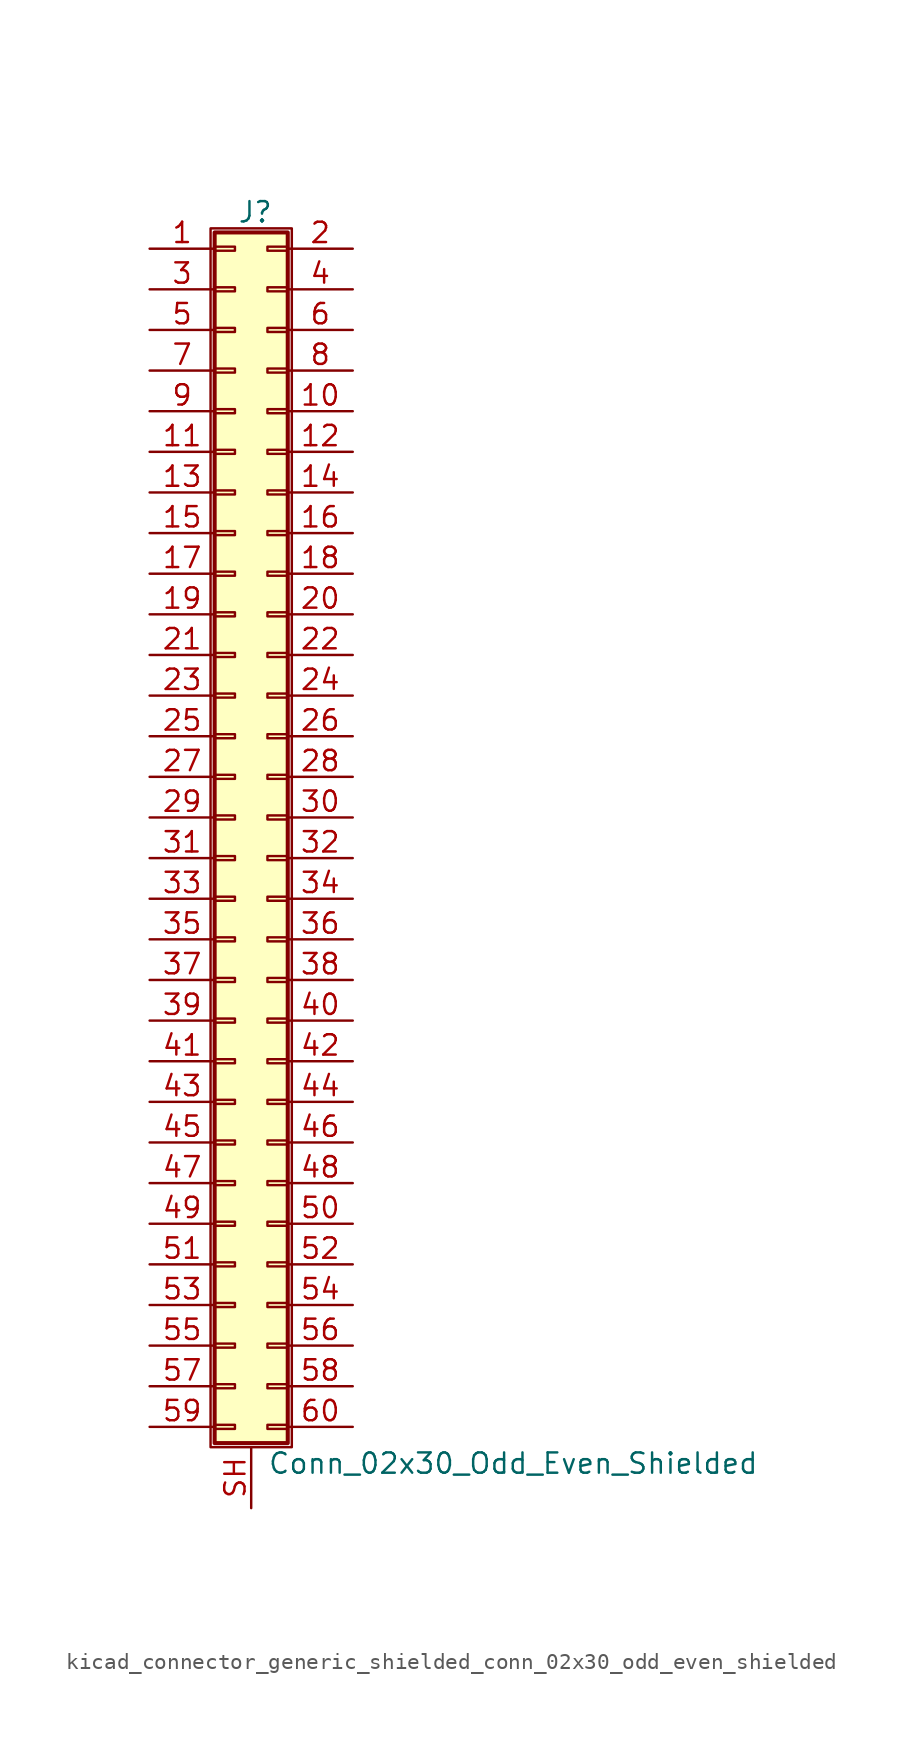
<source format=kicad_sym>
(kicad_symbol_lib
  (version 20220914)
  (generator kicad_symbol_editor)
  (symbol "kicad_connector_generic_shielded_conn_02x30_odd_even_shielded"
    (pin_names
      (offset 1.016) hide)
    (property "Reference" "J"
      (at 1.524 37.846 0)
      (effects (font (size 1.27 1.27))))
    (property "Value" "Conn_02x30_Odd_Even_Shielded"
      (at 2.286 -40.386 0)
      (effects (font (size 1.27 1.27)) (justify left)))
    (symbol "kicad_connector_generic_shielded_conn_02x30_odd_even_shielded_1_1"
      (rectangle (start -1.27 36.83) (end 3.81 -39.37) (stroke (width 0.152) (type default)) (fill (type none)))
      (rectangle (start -1.016 -37.973) (end 0.254 -38.227) (stroke (width 0.152) (type default)) (fill (type none)))
      (rectangle (start -1.016 -35.433) (end 0.254 -35.687) (stroke (width 0.152) (type default)) (fill (type none)))
      (rectangle (start -1.016 -32.893) (end 0.254 -33.147) (stroke (width 0.152) (type default)) (fill (type none)))
      (rectangle (start -1.016 -30.353) (end 0.254 -30.607) (stroke (width 0.152) (type default)) (fill (type none)))
      (rectangle (start -1.016 -27.813) (end 0.254 -28.067) (stroke (width 0.152) (type default)) (fill (type none)))
      (rectangle (start -1.016 -25.273) (end 0.254 -25.527) (stroke (width 0.152) (type default)) (fill (type none)))
      (rectangle (start -1.016 -22.733) (end 0.254 -22.987) (stroke (width 0.152) (type default)) (fill (type none)))
      (rectangle (start -1.016 -20.193) (end 0.254 -20.447) (stroke (width 0.152) (type default)) (fill (type none)))
      (rectangle (start -1.016 -17.653) (end 0.254 -17.907) (stroke (width 0.152) (type default)) (fill (type none)))
      (rectangle (start -1.016 -15.113) (end 0.254 -15.367) (stroke (width 0.152) (type default)) (fill (type none)))
      (rectangle (start -1.016 -12.573) (end 0.254 -12.827) (stroke (width 0.152) (type default)) (fill (type none)))
      (rectangle (start -1.016 -10.033) (end 0.254 -10.287) (stroke (width 0.152) (type default)) (fill (type none)))
      (rectangle (start -1.016 -7.493) (end 0.254 -7.747) (stroke (width 0.152) (type default)) (fill (type none)))
      (rectangle (start -1.016 -4.953) (end 0.254 -5.207) (stroke (width 0.152) (type default)) (fill (type none)))
      (rectangle (start -1.016 -2.413) (end 0.254 -2.667) (stroke (width 0.152) (type default)) (fill (type none)))
      (rectangle (start -1.016 0.127) (end 0.254 -0.127) (stroke (width 0.152) (type default)) (fill (type none)))
      (rectangle (start -1.016 2.667) (end 0.254 2.413) (stroke (width 0.152) (type default)) (fill (type none)))
      (rectangle (start -1.016 5.207) (end 0.254 4.953) (stroke (width 0.152) (type default)) (fill (type none)))
      (rectangle (start -1.016 7.747) (end 0.254 7.493) (stroke (width 0.152) (type default)) (fill (type none)))
      (rectangle (start -1.016 10.287) (end 0.254 10.033) (stroke (width 0.152) (type default)) (fill (type none)))
      (rectangle (start -1.016 12.827) (end 0.254 12.573) (stroke (width 0.152) (type default)) (fill (type none)))
      (rectangle (start -1.016 15.367) (end 0.254 15.113) (stroke (width 0.152) (type default)) (fill (type none)))
      (rectangle (start -1.016 17.907) (end 0.254 17.653) (stroke (width 0.152) (type default)) (fill (type none)))
      (rectangle (start -1.016 20.447) (end 0.254 20.193) (stroke (width 0.152) (type default)) (fill (type none)))
      (rectangle (start -1.016 22.987) (end 0.254 22.733) (stroke (width 0.152) (type default)) (fill (type none)))
      (rectangle (start -1.016 25.527) (end 0.254 25.273) (stroke (width 0.152) (type default)) (fill (type none)))
      (rectangle (start -1.016 28.067) (end 0.254 27.813) (stroke (width 0.152) (type default)) (fill (type none)))
      (rectangle (start -1.016 30.607) (end 0.254 30.353) (stroke (width 0.152) (type default)) (fill (type none)))
      (rectangle (start -1.016 33.147) (end 0.254 32.893) (stroke (width 0.152) (type default)) (fill (type none)))
      (rectangle (start -1.016 35.687) (end 0.254 35.433) (stroke (width 0.152) (type default)) (fill (type none)))
      (rectangle (start -1.016 36.576) (end 3.556 -39.116) (stroke (width 0.254) (type default)) (fill (type background)))
      (rectangle (start 3.556 -37.973) (end 2.286 -38.227) (stroke (width 0.152) (type default)) (fill (type none)))
      (rectangle (start 3.556 -35.433) (end 2.286 -35.687) (stroke (width 0.152) (type default)) (fill (type none)))
      (rectangle (start 3.556 -32.893) (end 2.286 -33.147) (stroke (width 0.152) (type default)) (fill (type none)))
      (rectangle (start 3.556 -30.353) (end 2.286 -30.607) (stroke (width 0.152) (type default)) (fill (type none)))
      (rectangle (start 3.556 -27.813) (end 2.286 -28.067) (stroke (width 0.152) (type default)) (fill (type none)))
      (rectangle (start 3.556 -25.273) (end 2.286 -25.527) (stroke (width 0.152) (type default)) (fill (type none)))
      (rectangle (start 3.556 -22.733) (end 2.286 -22.987) (stroke (width 0.152) (type default)) (fill (type none)))
      (rectangle (start 3.556 -20.193) (end 2.286 -20.447) (stroke (width 0.152) (type default)) (fill (type none)))
      (rectangle (start 3.556 -17.653) (end 2.286 -17.907) (stroke (width 0.152) (type default)) (fill (type none)))
      (rectangle (start 3.556 -15.113) (end 2.286 -15.367) (stroke (width 0.152) (type default)) (fill (type none)))
      (rectangle (start 3.556 -12.573) (end 2.286 -12.827) (stroke (width 0.152) (type default)) (fill (type none)))
      (rectangle (start 3.556 -10.033) (end 2.286 -10.287) (stroke (width 0.152) (type default)) (fill (type none)))
      (rectangle (start 3.556 -7.493) (end 2.286 -7.747) (stroke (width 0.152) (type default)) (fill (type none)))
      (rectangle (start 3.556 -4.953) (end 2.286 -5.207) (stroke (width 0.152) (type default)) (fill (type none)))
      (rectangle (start 3.556 -2.413) (end 2.286 -2.667) (stroke (width 0.152) (type default)) (fill (type none)))
      (rectangle (start 3.556 0.127) (end 2.286 -0.127) (stroke (width 0.152) (type default)) (fill (type none)))
      (rectangle (start 3.556 2.667) (end 2.286 2.413) (stroke (width 0.152) (type default)) (fill (type none)))
      (rectangle (start 3.556 5.207) (end 2.286 4.953) (stroke (width 0.152) (type default)) (fill (type none)))
      (rectangle (start 3.556 7.747) (end 2.286 7.493) (stroke (width 0.152) (type default)) (fill (type none)))
      (rectangle (start 3.556 10.287) (end 2.286 10.033) (stroke (width 0.152) (type default)) (fill (type none)))
      (rectangle (start 3.556 12.827) (end 2.286 12.573) (stroke (width 0.152) (type default)) (fill (type none)))
      (rectangle (start 3.556 15.367) (end 2.286 15.113) (stroke (width 0.152) (type default)) (fill (type none)))
      (rectangle (start 3.556 17.907) (end 2.286 17.653) (stroke (width 0.152) (type default)) (fill (type none)))
      (rectangle (start 3.556 20.447) (end 2.286 20.193) (stroke (width 0.152) (type default)) (fill (type none)))
      (rectangle (start 3.556 22.987) (end 2.286 22.733) (stroke (width 0.152) (type default)) (fill (type none)))
      (rectangle (start 3.556 25.527) (end 2.286 25.273) (stroke (width 0.152) (type default)) (fill (type none)))
      (rectangle (start 3.556 28.067) (end 2.286 27.813) (stroke (width 0.152) (type default)) (fill (type none)))
      (rectangle (start 3.556 30.607) (end 2.286 30.353) (stroke (width 0.152) (type default)) (fill (type none)))
      (rectangle (start 3.556 33.147) (end 2.286 32.893) (stroke (width 0.152) (type default)) (fill (type none)))
      (rectangle (start 3.556 35.687) (end 2.286 35.433) (stroke (width 0.152) (type default)) (fill (type none)))
      (pin passive line (at -5.08 35.56 0) (length 4.064) (name "Pin_1" (effects (font (size 1.27 1.27)))) (number "1" (effects (font (size 1.27 1.27)))))
      (pin passive line (at 7.62 25.4 180) (length 4.064) (name "Pin_10" (effects (font (size 1.27 1.27)))) (number "10" (effects (font (size 1.27 1.27)))))
      (pin passive line (at -5.08 22.86 0) (length 4.064) (name "Pin_11" (effects (font (size 1.27 1.27)))) (number "11" (effects (font (size 1.27 1.27)))))
      (pin passive line (at 7.62 22.86 180) (length 4.064) (name "Pin_12" (effects (font (size 1.27 1.27)))) (number "12" (effects (font (size 1.27 1.27)))))
      (pin passive line (at -5.08 20.32 0) (length 4.064) (name "Pin_13" (effects (font (size 1.27 1.27)))) (number "13" (effects (font (size 1.27 1.27)))))
      (pin passive line (at 7.62 20.32 180) (length 4.064) (name "Pin_14" (effects (font (size 1.27 1.27)))) (number "14" (effects (font (size 1.27 1.27)))))
      (pin passive line (at -5.08 17.78 0) (length 4.064) (name "Pin_15" (effects (font (size 1.27 1.27)))) (number "15" (effects (font (size 1.27 1.27)))))
      (pin passive line (at 7.62 17.78 180) (length 4.064) (name "Pin_16" (effects (font (size 1.27 1.27)))) (number "16" (effects (font (size 1.27 1.27)))))
      (pin passive line (at -5.08 15.24 0) (length 4.064) (name "Pin_17" (effects (font (size 1.27 1.27)))) (number "17" (effects (font (size 1.27 1.27)))))
      (pin passive line (at 7.62 15.24 180) (length 4.064) (name "Pin_18" (effects (font (size 1.27 1.27)))) (number "18" (effects (font (size 1.27 1.27)))))
      (pin passive line (at -5.08 12.7 0) (length 4.064) (name "Pin_19" (effects (font (size 1.27 1.27)))) (number "19" (effects (font (size 1.27 1.27)))))
      (pin passive line (at 7.62 35.56 180) (length 4.064) (name "Pin_2" (effects (font (size 1.27 1.27)))) (number "2" (effects (font (size 1.27 1.27)))))
      (pin passive line (at 7.62 12.7 180) (length 4.064) (name "Pin_20" (effects (font (size 1.27 1.27)))) (number "20" (effects (font (size 1.27 1.27)))))
      (pin passive line (at -5.08 10.16 0) (length 4.064) (name "Pin_21" (effects (font (size 1.27 1.27)))) (number "21" (effects (font (size 1.27 1.27)))))
      (pin passive line (at 7.62 10.16 180) (length 4.064) (name "Pin_22" (effects (font (size 1.27 1.27)))) (number "22" (effects (font (size 1.27 1.27)))))
      (pin passive line (at -5.08 7.62 0) (length 4.064) (name "Pin_23" (effects (font (size 1.27 1.27)))) (number "23" (effects (font (size 1.27 1.27)))))
      (pin passive line (at 7.62 7.62 180) (length 4.064) (name "Pin_24" (effects (font (size 1.27 1.27)))) (number "24" (effects (font (size 1.27 1.27)))))
      (pin passive line (at -5.08 5.08 0) (length 4.064) (name "Pin_25" (effects (font (size 1.27 1.27)))) (number "25" (effects (font (size 1.27 1.27)))))
      (pin passive line (at 7.62 5.08 180) (length 4.064) (name "Pin_26" (effects (font (size 1.27 1.27)))) (number "26" (effects (font (size 1.27 1.27)))))
      (pin passive line (at -5.08 2.54 0) (length 4.064) (name "Pin_27" (effects (font (size 1.27 1.27)))) (number "27" (effects (font (size 1.27 1.27)))))
      (pin passive line (at 7.62 2.54 180) (length 4.064) (name "Pin_28" (effects (font (size 1.27 1.27)))) (number "28" (effects (font (size 1.27 1.27)))))
      (pin passive line (at -5.08 0 0) (length 4.064) (name "Pin_29" (effects (font (size 1.27 1.27)))) (number "29" (effects (font (size 1.27 1.27)))))
      (pin passive line (at -5.08 33.02 0) (length 4.064) (name "Pin_3" (effects (font (size 1.27 1.27)))) (number "3" (effects (font (size 1.27 1.27)))))
      (pin passive line (at 7.62 0 180) (length 4.064) (name "Pin_30" (effects (font (size 1.27 1.27)))) (number "30" (effects (font (size 1.27 1.27)))))
      (pin passive line (at -5.08 -2.54 0) (length 4.064) (name "Pin_31" (effects (font (size 1.27 1.27)))) (number "31" (effects (font (size 1.27 1.27)))))
      (pin passive line (at 7.62 -2.54 180) (length 4.064) (name "Pin_32" (effects (font (size 1.27 1.27)))) (number "32" (effects (font (size 1.27 1.27)))))
      (pin passive line (at -5.08 -5.08 0) (length 4.064) (name "Pin_33" (effects (font (size 1.27 1.27)))) (number "33" (effects (font (size 1.27 1.27)))))
      (pin passive line (at 7.62 -5.08 180) (length 4.064) (name "Pin_34" (effects (font (size 1.27 1.27)))) (number "34" (effects (font (size 1.27 1.27)))))
      (pin passive line (at -5.08 -7.62 0) (length 4.064) (name "Pin_35" (effects (font (size 1.27 1.27)))) (number "35" (effects (font (size 1.27 1.27)))))
      (pin passive line (at 7.62 -7.62 180) (length 4.064) (name "Pin_36" (effects (font (size 1.27 1.27)))) (number "36" (effects (font (size 1.27 1.27)))))
      (pin passive line (at -5.08 -10.16 0) (length 4.064) (name "Pin_37" (effects (font (size 1.27 1.27)))) (number "37" (effects (font (size 1.27 1.27)))))
      (pin passive line (at 7.62 -10.16 180) (length 4.064) (name "Pin_38" (effects (font (size 1.27 1.27)))) (number "38" (effects (font (size 1.27 1.27)))))
      (pin passive line (at -5.08 -12.7 0) (length 4.064) (name "Pin_39" (effects (font (size 1.27 1.27)))) (number "39" (effects (font (size 1.27 1.27)))))
      (pin passive line (at 7.62 33.02 180) (length 4.064) (name "Pin_4" (effects (font (size 1.27 1.27)))) (number "4" (effects (font (size 1.27 1.27)))))
      (pin passive line (at 7.62 -12.7 180) (length 4.064) (name "Pin_40" (effects (font (size 1.27 1.27)))) (number "40" (effects (font (size 1.27 1.27)))))
      (pin passive line (at -5.08 -15.24 0) (length 4.064) (name "Pin_41" (effects (font (size 1.27 1.27)))) (number "41" (effects (font (size 1.27 1.27)))))
      (pin passive line (at 7.62 -15.24 180) (length 4.064) (name "Pin_42" (effects (font (size 1.27 1.27)))) (number "42" (effects (font (size 1.27 1.27)))))
      (pin passive line (at -5.08 -17.78 0) (length 4.064) (name "Pin_43" (effects (font (size 1.27 1.27)))) (number "43" (effects (font (size 1.27 1.27)))))
      (pin passive line (at 7.62 -17.78 180) (length 4.064) (name "Pin_44" (effects (font (size 1.27 1.27)))) (number "44" (effects (font (size 1.27 1.27)))))
      (pin passive line (at -5.08 -20.32 0) (length 4.064) (name "Pin_45" (effects (font (size 1.27 1.27)))) (number "45" (effects (font (size 1.27 1.27)))))
      (pin passive line (at 7.62 -20.32 180) (length 4.064) (name "Pin_46" (effects (font (size 1.27 1.27)))) (number "46" (effects (font (size 1.27 1.27)))))
      (pin passive line (at -5.08 -22.86 0) (length 4.064) (name "Pin_47" (effects (font (size 1.27 1.27)))) (number "47" (effects (font (size 1.27 1.27)))))
      (pin passive line (at 7.62 -22.86 180) (length 4.064) (name "Pin_48" (effects (font (size 1.27 1.27)))) (number "48" (effects (font (size 1.27 1.27)))))
      (pin passive line (at -5.08 -25.4 0) (length 4.064) (name "Pin_49" (effects (font (size 1.27 1.27)))) (number "49" (effects (font (size 1.27 1.27)))))
      (pin passive line (at -5.08 30.48 0) (length 4.064) (name "Pin_5" (effects (font (size 1.27 1.27)))) (number "5" (effects (font (size 1.27 1.27)))))
      (pin passive line (at 7.62 -25.4 180) (length 4.064) (name "Pin_50" (effects (font (size 1.27 1.27)))) (number "50" (effects (font (size 1.27 1.27)))))
      (pin passive line (at -5.08 -27.94 0) (length 4.064) (name "Pin_51" (effects (font (size 1.27 1.27)))) (number "51" (effects (font (size 1.27 1.27)))))
      (pin passive line (at 7.62 -27.94 180) (length 4.064) (name "Pin_52" (effects (font (size 1.27 1.27)))) (number "52" (effects (font (size 1.27 1.27)))))
      (pin passive line (at -5.08 -30.48 0) (length 4.064) (name "Pin_53" (effects (font (size 1.27 1.27)))) (number "53" (effects (font (size 1.27 1.27)))))
      (pin passive line (at 7.62 -30.48 180) (length 4.064) (name "Pin_54" (effects (font (size 1.27 1.27)))) (number "54" (effects (font (size 1.27 1.27)))))
      (pin passive line (at -5.08 -33.02 0) (length 4.064) (name "Pin_55" (effects (font (size 1.27 1.27)))) (number "55" (effects (font (size 1.27 1.27)))))
      (pin passive line (at 7.62 -33.02 180) (length 4.064) (name "Pin_56" (effects (font (size 1.27 1.27)))) (number "56" (effects (font (size 1.27 1.27)))))
      (pin passive line (at -5.08 -35.56 0) (length 4.064) (name "Pin_57" (effects (font (size 1.27 1.27)))) (number "57" (effects (font (size 1.27 1.27)))))
      (pin passive line (at 7.62 -35.56 180) (length 4.064) (name "Pin_58" (effects (font (size 1.27 1.27)))) (number "58" (effects (font (size 1.27 1.27)))))
      (pin passive line (at -5.08 -38.1 0) (length 4.064) (name "Pin_59" (effects (font (size 1.27 1.27)))) (number "59" (effects (font (size 1.27 1.27)))))
      (pin passive line (at 7.62 30.48 180) (length 4.064) (name "Pin_6" (effects (font (size 1.27 1.27)))) (number "6" (effects (font (size 1.27 1.27)))))
      (pin passive line (at 7.62 -38.1 180) (length 4.064) (name "Pin_60" (effects (font (size 1.27 1.27)))) (number "60" (effects (font (size 1.27 1.27)))))
      (pin passive line (at -5.08 27.94 0) (length 4.064) (name "Pin_7" (effects (font (size 1.27 1.27)))) (number "7" (effects (font (size 1.27 1.27)))))
      (pin passive line (at 7.62 27.94 180) (length 4.064) (name "Pin_8" (effects (font (size 1.27 1.27)))) (number "8" (effects (font (size 1.27 1.27)))))
      (pin passive line (at -5.08 25.4 0) (length 4.064) (name "Pin_9" (effects (font (size 1.27 1.27)))) (number "9" (effects (font (size 1.27 1.27)))))
      (pin passive line (at 1.27 -43.18 90) (length 3.81) (name "Shield" (effects (font (size 1.27 1.27)))) (number "SH" (effects (font (size 1.27 1.27))))))))
</source>
